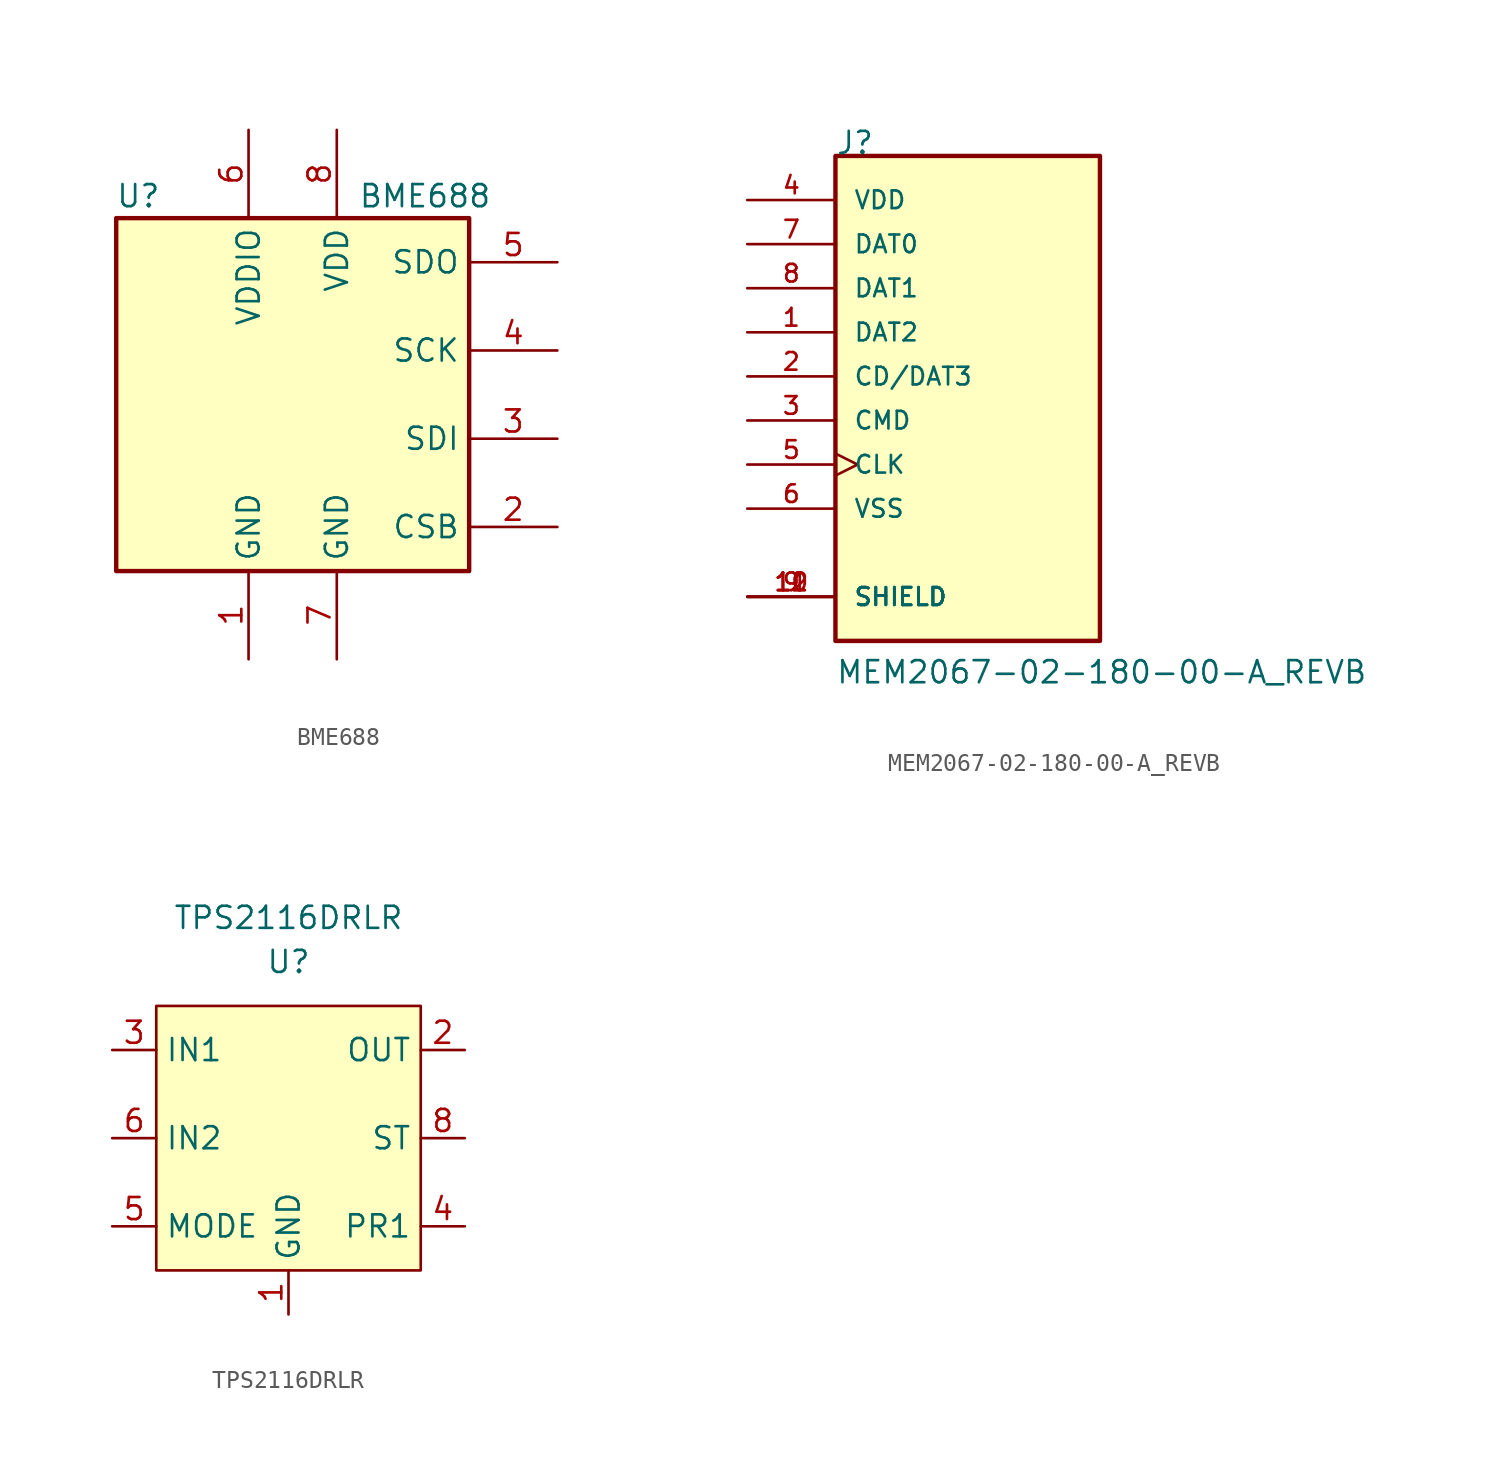
<source format=kicad_sym>
(kicad_symbol_lib
  (version 20211014)
  (generator kicad_symbol_editor)
  (symbol "BME688"
    (property "Reference" "U"
      (at -8.89 11.43 0)
      (effects (font (size 1.27 1.27))))
    (property "Value" "BME688"
      (at 7.62 11.43 0)
      (effects (font (size 1.27 1.27))))
    (symbol "BME688_0_1"
      (rectangle (start -10.16 10.16) (end 10.16 -10.16) (stroke (width 0.254) (type default) (color 0 0 0 0)) (fill (type background))))
    (symbol "BME688_1_1"
      (pin power_in line (at -2.54 -15.24 90) (length 5.08) (name "GND" (effects (font (size 1.27 1.27)))) (number "1" (effects (font (size 1.27 1.27)))))
      (pin input line (at 15.24 -7.62 180) (length 5.08) (name "CSB" (effects (font (size 1.27 1.27)))) (number "2" (effects (font (size 1.27 1.27)))))
      (pin bidirectional line (at 15.24 -2.54 180) (length 5.08) (name "SDI" (effects (font (size 1.27 1.27)))) (number "3" (effects (font (size 1.27 1.27)))))
      (pin input line (at 15.24 2.54 180) (length 5.08) (name "SCK" (effects (font (size 1.27 1.27)))) (number "4" (effects (font (size 1.27 1.27)))))
      (pin bidirectional line (at 15.24 7.62 180) (length 5.08) (name "SDO" (effects (font (size 1.27 1.27)))) (number "5" (effects (font (size 1.27 1.27)))))
      (pin power_in line (at -2.54 15.24 270) (length 5.08) (name "VDDIO" (effects (font (size 1.27 1.27)))) (number "6" (effects (font (size 1.27 1.27)))))
      (pin power_in line (at 2.54 -15.24 90) (length 5.08) (name "GND" (effects (font (size 1.27 1.27)))) (number "7" (effects (font (size 1.27 1.27)))))
      (pin power_in line (at 2.54 15.24 270) (length 5.08) (name "VDD" (effects (font (size 1.27 1.27)))) (number "8" (effects (font (size 1.27 1.27)))))))
  (symbol "MEM2067-02-180-00-A_REVB"
    (pin_names
      (offset 1.016))
    (property "Reference" "J"
      (at 0 12.712 0)
      (effects (font (size 1.27 1.27)) (justify left bottom)))
    (property "Value" "MEM2067-02-180-00-A_REVB"
      (at 0 -17.783 0)
      (effects (font (size 1.27 1.27)) (justify left bottom)))
    (symbol "MEM2067-02-180-00-A_REVB_0_0"
      (rectangle (start 0 -15.24) (end 15.24 12.7) (stroke (width 0.254) (type default) (color 0 0 0 0)) (fill (type background)))
      (pin bidirectional line (at -5.08 2.54 0) (length 5.08) (name "DAT2" (effects (font (size 1.016 1.016)))) (number "1" (effects (font (size 1.016 1.016)))))
      (pin passive line (at -5.08 -12.7 0) (length 5.08) (name "SHIELD" (effects (font (size 1.016 1.016)))) (number "10" (effects (font (size 1.016 1.016)))))
      (pin passive line (at -5.08 -12.7 0) (length 5.08) (name "SHIELD" (effects (font (size 1.016 1.016)))) (number "11" (effects (font (size 1.016 1.016)))))
      (pin passive line (at -5.08 -12.7 0) (length 5.08) (name "SHIELD" (effects (font (size 1.016 1.016)))) (number "12" (effects (font (size 1.016 1.016)))))
      (pin bidirectional line (at -5.08 0 0) (length 5.08) (name "CD/DAT3" (effects (font (size 1.016 1.016)))) (number "2" (effects (font (size 1.016 1.016)))))
      (pin bidirectional line (at -5.08 -2.54 0) (length 5.08) (name "CMD" (effects (font (size 1.016 1.016)))) (number "3" (effects (font (size 1.016 1.016)))))
      (pin power_in line (at -5.08 10.16 0) (length 5.08) (name "VDD" (effects (font (size 1.016 1.016)))) (number "4" (effects (font (size 1.016 1.016)))))
      (pin bidirectional clock (at -5.08 -5.08 0) (length 5.08) (name "CLK" (effects (font (size 1.016 1.016)))) (number "5" (effects (font (size 1.016 1.016)))))
      (pin power_in line (at -5.08 -7.62 0) (length 5.08) (name "VSS" (effects (font (size 1.016 1.016)))) (number "6" (effects (font (size 1.016 1.016)))))
      (pin bidirectional line (at -5.08 7.62 0) (length 5.08) (name "DAT0" (effects (font (size 1.016 1.016)))) (number "7" (effects (font (size 1.016 1.016)))))
      (pin bidirectional line (at -5.08 5.08 0) (length 5.08) (name "DAT1" (effects (font (size 1.016 1.016)))) (number "8" (effects (font (size 1.016 1.016)))))
      (pin passive line (at -5.08 -12.7 0) (length 5.08) (name "SHIELD" (effects (font (size 1.016 1.016)))) (number "9" (effects (font (size 1.016 1.016)))))))
  (symbol "TPS2116DRLR"
    (property "Reference" "U"
      (at 0 0 0)
      (effects (font (size 1.27 1.27))))
    (property "Value" "TPS2116DRLR"
      (at 0 2.54 0)
      (effects (font (size 1.27 1.27))))
    (symbol "TPS2116DRLR_0_0"
      (pin power_in line (at 0 -20.32 90) (length 2.54) (name "GND" (effects (font (size 1.27 1.27)))) (number "1" (effects (font (size 1.27 1.27)))))
      (pin power_out line (at 10.16 -5.08 180) (length 2.54) (name "OUT" (effects (font (size 1.27 1.27)))) (number "2" (effects (font (size 1.27 1.27)))))
      (pin power_in line (at -10.16 -5.08 0) (length 2.54) (name "IN1" (effects (font (size 1.27 1.27)))) (number "3" (effects (font (size 1.27 1.27)))))
      (pin input line (at 10.16 -15.24 180) (length 2.54) (name "PR1" (effects (font (size 1.27 1.27)))) (number "4" (effects (font (size 1.27 1.27)))))
      (pin input line (at -10.16 -15.24 0) (length 2.54) (name "MODE" (effects (font (size 1.27 1.27)))) (number "5" (effects (font (size 1.27 1.27)))))
      (pin power_in line (at -10.16 -10.16 0) (length 2.54) (name "IN2" (effects (font (size 1.27 1.27)))) (number "6" (effects (font (size 1.27 1.27)))))
      (pin power_out line (at 10.16 -5.08 180) (length 2.54) hide (name "OUT" (effects (font (size 1.27 1.27)))) (number "7" (effects (font (size 1.27 1.27)))))
      (pin open_collector line (at 10.16 -10.16 180) (length 2.54) (name "ST" (effects (font (size 1.27 1.27)))) (number "8" (effects (font (size 1.27 1.27))))))
    (symbol "TPS2116DRLR_0_1"
      (rectangle (start -7.62 -17.78) (end 7.62 -2.54) (stroke (width 0) (type default) (color 0 0 0 0)) (fill (type background))))))
</source>
